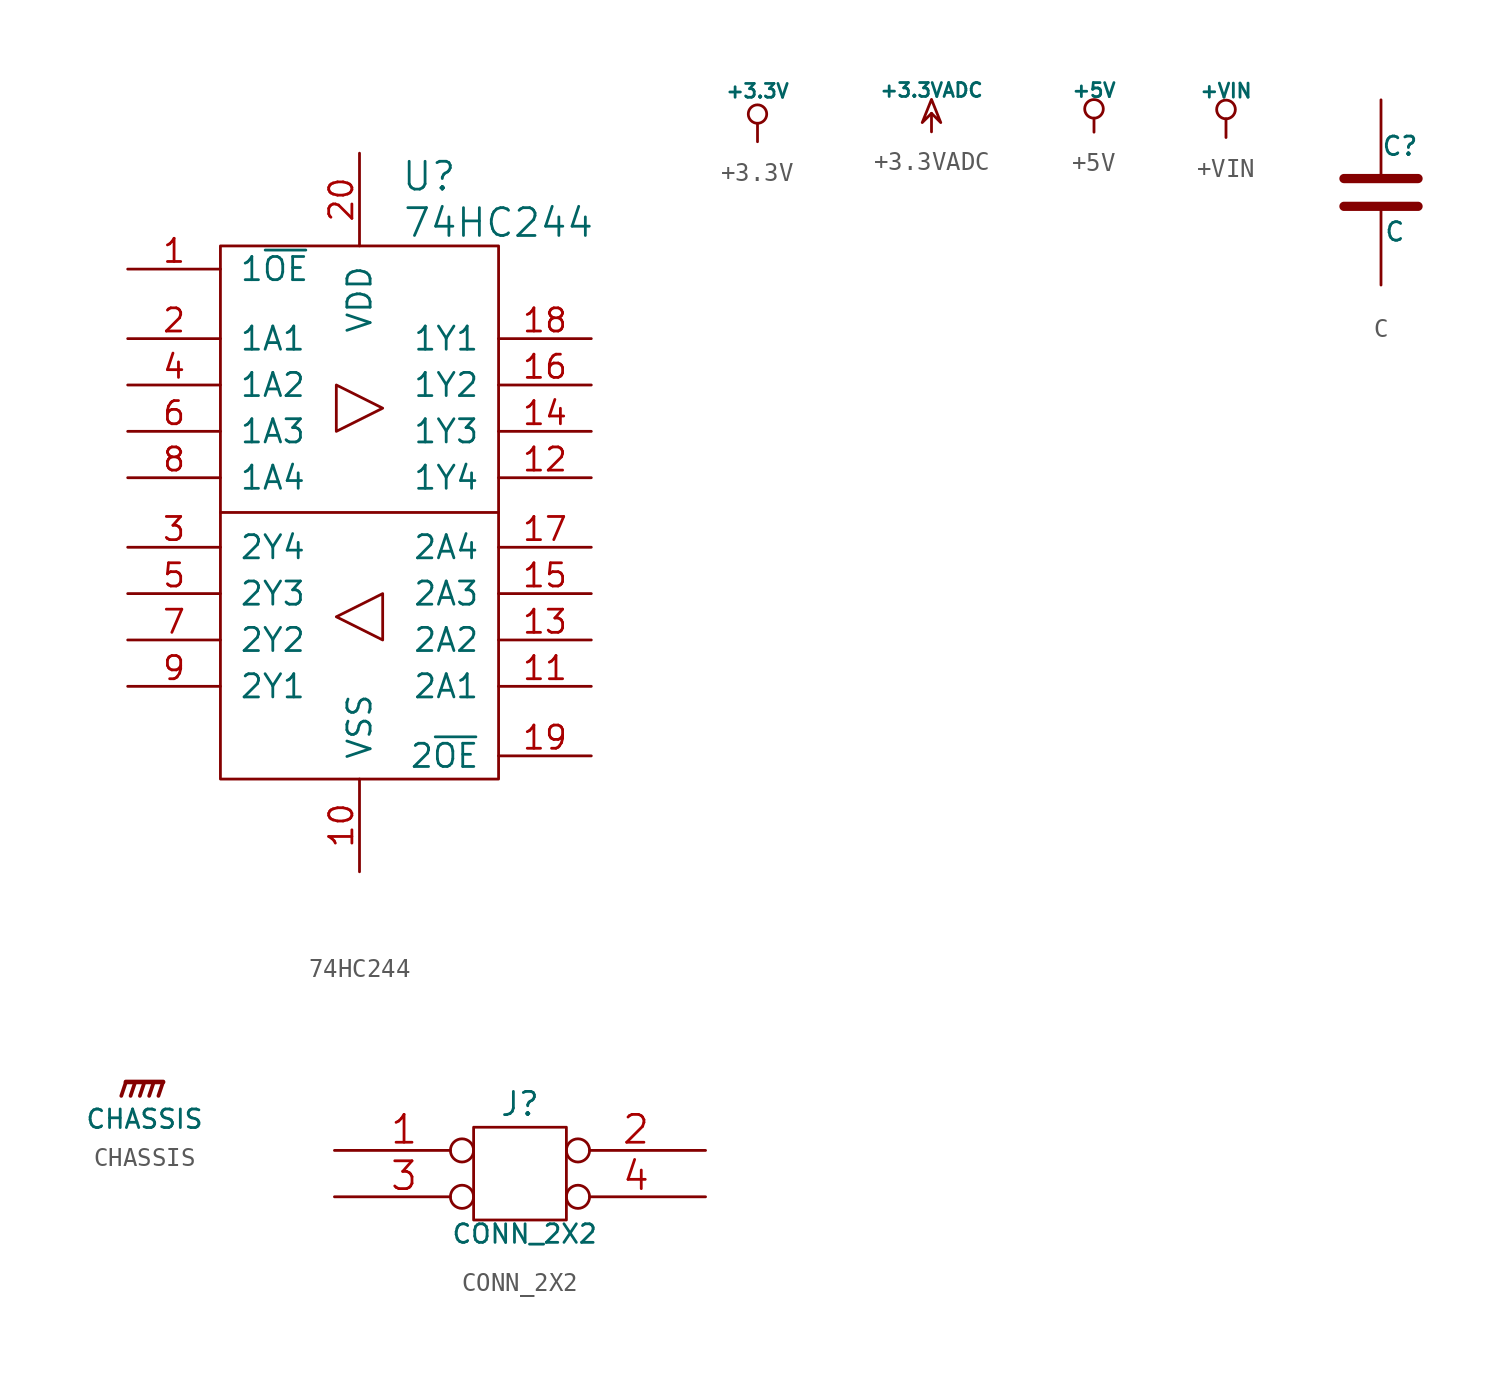
<source format=kicad_sym>
(kicad_symbol_lib
  (version 20231120)
  (generator "kicad_symbol_editor")
  (generator_version "8.0")
  (symbol "74HC244"
    (pin_names
      (offset 1.016))
    (property "Reference" "U"
      (at 3.81 19.05 0)
      (effects (font (size 1.524 1.524))))
    (property "Value" "74HC244"
      (at 7.62 16.51 0)
      (effects (font (size 1.524 1.524))))
    (property "Footprint" ""
      (at 0 0 0)
      (effects (font (size 1.524 1.524))))
    (property "Datasheet" ""
      (at 0 0 0)
      (effects (font (size 1.524 1.524))))
    (symbol "74HC244_0_1"
      (rectangle (start -7.62 15.24) (end 7.62 -13.97) (stroke (width 0) (type solid)) (fill (type none)))
      (polyline (pts (xy -7.62 0.635) (xy 7.62 0.635)) (stroke (width 0) (type solid)) (fill (type none)))
      (polyline (pts (xy -1.27 7.62) (xy -1.27 5.08) (xy 1.27 6.35) (xy -1.27 7.62)) (stroke (width 0) (type solid)) (fill (type none)))
      (polyline (pts (xy 1.27 -3.81) (xy 1.27 -6.35) (xy -1.27 -5.08) (xy 1.27 -3.81)) (stroke (width 0) (type solid)) (fill (type none))))
    (symbol "74HC244_1_1"
      (pin passive line (at -12.7 13.97 0) (length 5.08) (name "1~{OE}" (effects (font (size 1.27 1.27)))) (number "1" (effects (font (size 1.27 1.27)))))
      (pin passive line (at 0 -19.05 90) (length 5.08) (name "VSS" (effects (font (size 1.27 1.27)))) (number "10" (effects (font (size 1.27 1.27)))))
      (pin passive line (at 12.7 -8.89 180) (length 5.08) (name "2A1" (effects (font (size 1.27 1.27)))) (number "11" (effects (font (size 1.27 1.27)))))
      (pin passive line (at 12.7 2.54 180) (length 5.08) (name "1Y4" (effects (font (size 1.27 1.27)))) (number "12" (effects (font (size 1.27 1.27)))))
      (pin passive line (at 12.7 -6.35 180) (length 5.08) (name "2A2" (effects (font (size 1.27 1.27)))) (number "13" (effects (font (size 1.27 1.27)))))
      (pin passive line (at 12.7 5.08 180) (length 5.08) (name "1Y3" (effects (font (size 1.27 1.27)))) (number "14" (effects (font (size 1.27 1.27)))))
      (pin passive line (at 12.7 -3.81 180) (length 5.08) (name "2A3" (effects (font (size 1.27 1.27)))) (number "15" (effects (font (size 1.27 1.27)))))
      (pin passive line (at 12.7 7.62 180) (length 5.08) (name "1Y2" (effects (font (size 1.27 1.27)))) (number "16" (effects (font (size 1.27 1.27)))))
      (pin passive line (at 12.7 -1.27 180) (length 5.08) (name "2A4" (effects (font (size 1.27 1.27)))) (number "17" (effects (font (size 1.27 1.27)))))
      (pin passive line (at 12.7 10.16 180) (length 5.08) (name "1Y1" (effects (font (size 1.27 1.27)))) (number "18" (effects (font (size 1.27 1.27)))))
      (pin passive line (at 12.7 -12.7 180) (length 5.08) (name "2~{OE}" (effects (font (size 1.27 1.27)))) (number "19" (effects (font (size 1.27 1.27)))))
      (pin passive line (at -12.7 10.16 0) (length 5.08) (name "1A1" (effects (font (size 1.27 1.27)))) (number "2" (effects (font (size 1.27 1.27)))))
      (pin passive line (at 0 20.32 270) (length 5.08) (name "VDD" (effects (font (size 1.27 1.27)))) (number "20" (effects (font (size 1.27 1.27)))))
      (pin passive line (at -12.7 -1.27 0) (length 5.08) (name "2Y4" (effects (font (size 1.27 1.27)))) (number "3" (effects (font (size 1.27 1.27)))))
      (pin passive line (at -12.7 7.62 0) (length 5.08) (name "1A2" (effects (font (size 1.27 1.27)))) (number "4" (effects (font (size 1.27 1.27)))))
      (pin passive line (at -12.7 -3.81 0) (length 5.08) (name "2Y3" (effects (font (size 1.27 1.27)))) (number "5" (effects (font (size 1.27 1.27)))))
      (pin passive line (at -12.7 5.08 0) (length 5.08) (name "1A3" (effects (font (size 1.27 1.27)))) (number "6" (effects (font (size 1.27 1.27)))))
      (pin passive line (at -12.7 -6.35 0) (length 5.08) (name "2Y2" (effects (font (size 1.27 1.27)))) (number "7" (effects (font (size 1.27 1.27)))))
      (pin passive line (at -12.7 2.54 0) (length 5.08) (name "1A4" (effects (font (size 1.27 1.27)))) (number "8" (effects (font (size 1.27 1.27)))))
      (pin passive line (at -12.7 -8.89 0) (length 5.08) (name "2Y1" (effects (font (size 1.27 1.27)))) (number "9" (effects (font (size 1.27 1.27)))))))
  (symbol "+3.3V"
    (power)
    (pin_names
      (offset 0))
    (property "Reference" "#PWR"
      (at 0 -1.016 0)
      (effects (font (size 0.762 0.762)) (hide yes)))
    (property "Value" "+3.3V"
      (at 0 2.794 0)
      (effects (font (size 0.762 0.762))))
    (property "Footprint" ""
      (at 0 0 0)
      (effects (font (size 1.524 1.524))))
    (property "Datasheet" ""
      (at 0 0 0)
      (effects (font (size 1.524 1.524))))
    (symbol "+3.3V_0_0"
      (pin power_in line (at 0 0 90) (length 0) hide (name "+3.3V" (effects (font (size 0.762 0.762)))) (number "1" (effects (font (size 0.762 0.762))))))
    (symbol "+3.3V_0_1"
      (polyline (pts (xy 0 0) (xy 0 1.016) (xy 0 1.016)) (stroke (width 0) (type solid)) (fill (type none)))
      (circle (center 0 1.524) (radius 0.508) (stroke (width 0) (type solid)) (fill (type none)))))
  (symbol "+3.3VADC"
    (power)
    (pin_names
      (offset 0))
    (property "Reference" "#PWR"
      (at 0 3.048 0)
      (effects (font (size 0.508 0.508)) (hide yes)))
    (property "Value" "+3.3VADC"
      (at 0 2.286 0)
      (effects (font (size 0.762 0.762))))
    (property "Footprint" ""
      (at 0 0 0)
      (effects (font (size 1.524 1.524))))
    (property "Datasheet" ""
      (at 0 0 0)
      (effects (font (size 1.524 1.524))))
    (symbol "+3.3VADC_0_0"
      (pin power_in line (at 0 0 90) (length 0) hide (name "+3.3VADC" (effects (font (size 0.508 0.508)))) (number "1" (effects (font (size 0.508 0.508))))))
    (symbol "+3.3VADC_0_1"
      (polyline (pts (xy 0 0) (xy 0 1.016) (xy 0 1.016)) (stroke (width 0) (type solid)) (fill (type none)))
      (polyline (pts (xy 0 1.016) (xy 0.508 0.508) (xy 0 1.778) (xy -0.508 0.508) (xy 0 1.016) (xy 0 1.016)) (stroke (width 0) (type solid)) (fill (type none)))))
  (symbol "+5V"
    (power)
    (pin_names
      (offset 1.016))
    (property "Reference" "#PWR"
      (at 0 2.286 0)
      (effects (font (size 0.508 0.508)) (hide yes)))
    (property "Value" "+5V"
      (at 0 2.286 0)
      (effects (font (size 0.762 0.762))))
    (property "Footprint" ""
      (at 0 0 0)
      (effects (font (size 1.524 1.524))))
    (property "Datasheet" ""
      (at 0 0 0)
      (effects (font (size 1.524 1.524))))
    (symbol "+5V_0_0"
      (pin power_in line (at 0 0 90) (length 0) hide (name "+5V" (effects (font (size 0.508 0.508)))) (number "1" (effects (font (size 0.508 0.508))))))
    (symbol "+5V_0_1"
      (polyline (pts (xy 0 0) (xy 0 0.762) (xy 0 0.762) (xy 0 0.762)) (stroke (width 0) (type solid)) (fill (type none)))
      (circle (center 0 1.27) (radius 0.508) (stroke (width 0) (type solid)) (fill (type none)))))
  (symbol "+VIN"
    (power)
    (pin_numbers hide)
    (pin_names
      (offset 0))
    (property "Reference" "#PWR"
      (at 0 -1.27 0)
      (effects (font (size 0.508 0.508)) (hide yes)))
    (property "Value" "+VIN"
      (at 0 2.54 0)
      (effects (font (size 0.762 0.762))))
    (property "Footprint" ""
      (at 0 0 0)
      (effects (font (size 1.524 1.524))))
    (property "Datasheet" ""
      (at 0 0 0)
      (effects (font (size 1.524 1.524))))
    (symbol "+VIN_0_0"
      (pin power_in line (at 0 0 90) (length 0) hide (name "+VIN" (effects (font (size 0.762 0.762)))) (number "1" (effects (font (size 0.508 0.508))))))
    (symbol "+VIN_0_1"
      (polyline (pts (xy 0 0) (xy 0 1.016) (xy 0 1.016)) (stroke (width 0) (type solid)) (fill (type none)))
      (circle (center 0 1.524) (radius 0.508) (stroke (width 0) (type solid)) (fill (type none)))))
  (symbol "C"
    (pin_numbers hide)
    (pin_names
      (offset 0.254))
    (property "Reference" "C"
      (at 0 2.54 0)
      (effects (font (size 1.016 1.016)) (justify left)))
    (property "Value" "C"
      (at 0.152 -2.159 0)
      (effects (font (size 1.016 1.016)) (justify left)))
    (property "Footprint" ""
      (at 0.965 -3.81 0)
      (effects (font (size 0.762 0.762))))
    (property "Datasheet" ""
      (at 0 0 0)
      (effects (font (size 1.524 1.524))))
    (symbol "C_0_1"
      (polyline (pts (xy -2.032 -0.762) (xy 2.032 -0.762)) (stroke (width 0.508) (type solid)) (fill (type none)))
      (polyline (pts (xy -2.032 0.762) (xy 2.032 0.762)) (stroke (width 0.508) (type solid)) (fill (type none))))
    (symbol "C_1_1"
      (pin passive line (at 0 5.08 270) (length 4.318) (name "~" (effects (font (size 1.016 1.016)))) (number "1" (effects (font (size 1.016 1.016)))))
      (pin passive line (at 0 -5.08 90) (length 4.318) (name "~" (effects (font (size 1.016 1.016)))) (number "2" (effects (font (size 1.016 1.016)))))))
  (symbol "CHASSIS"
    (power)
    (pin_numbers hide)
    (pin_names
      (offset 0) hide)
    (property "Reference" "#PWR"
      (at 0 1.27 0)
      (effects (font (size 1.016 1.016)) (hide yes)))
    (property "Value" "CHASSIS"
      (at 0 -2.032 0)
      (effects (font (size 1.016 1.016))))
    (property "Footprint" ""
      (at 0 0 0)
      (effects (font (size 1.524 1.524))))
    (property "Datasheet" ""
      (at 0 0 0)
      (effects (font (size 1.524 1.524))))
    (symbol "CHASSIS_0_1"
      (polyline (pts (xy -1.016 0) (xy -1.27 -0.762) (xy -1.27 -0.762)) (stroke (width 0.203) (type solid)) (fill (type none)))
      (polyline (pts (xy -0.508 0) (xy -0.762 -0.762) (xy -0.762 -0.762)) (stroke (width 0.203) (type solid)) (fill (type none)))
      (polyline (pts (xy 0 0) (xy -0.254 -0.762) (xy -0.254 -0.762)) (stroke (width 0.203) (type solid)) (fill (type none)))
      (polyline (pts (xy 0.508 0) (xy 0.254 -0.762) (xy 0.254 -0.762)) (stroke (width 0.203) (type solid)) (fill (type none)))
      (polyline (pts (xy 1.016 0) (xy -1.016 0) (xy -1.016 0)) (stroke (width 0.254) (type solid)) (fill (type none)))
      (polyline (pts (xy 1.016 0) (xy 0.762 -0.762) (xy 0.762 -0.762) (xy 0.762 -0.762)) (stroke (width 0.203) (type solid)) (fill (type none))))
    (symbol "CHASSIS_1_1"
      (pin power_in line (at 0 0 90) (length 0) hide (name "GNDPWR" (effects (font (size 1.016 1.016)))) (number "1" (effects (font (size 1.016 1.016)))))))
  (symbol "CONN_2X2"
    (pin_names
      (offset 1.016) hide)
    (property "Reference" "J"
      (at 0 3.81 0)
      (effects (font (size 1.27 1.27))))
    (property "Value" "CONN_2X2"
      (at 0.254 -3.302 0)
      (effects (font (size 1.016 1.016))))
    (property "Footprint" ""
      (at 0 0 0)
      (effects (font (size 1.524 1.524))))
    (property "Datasheet" ""
      (at 0 0 0)
      (effects (font (size 1.524 1.524))))
    (symbol "CONN_2X2_0_1"
      (rectangle (start -2.54 2.54) (end 2.54 -2.54) (stroke (width 0) (type solid)) (fill (type none))))
    (symbol "CONN_2X2_1_1"
      (pin passive inverted (at -10.16 1.27 0) (length 7.62) (name "1" (effects (font (size 1.524 1.524)))) (number "1" (effects (font (size 1.524 1.524)))))
      (pin passive inverted (at 10.16 1.27 180) (length 7.62) (name "2" (effects (font (size 1.524 1.524)))) (number "2" (effects (font (size 1.524 1.524)))))
      (pin passive inverted (at -10.16 -1.27 0) (length 7.62) (name "3" (effects (font (size 1.524 1.524)))) (number "3" (effects (font (size 1.524 1.524)))))
      (pin passive inverted (at 10.16 -1.27 180) (length 7.62) (name "4" (effects (font (size 1.524 1.524)))) (number "4" (effects (font (size 1.524 1.524))))))))
</source>
